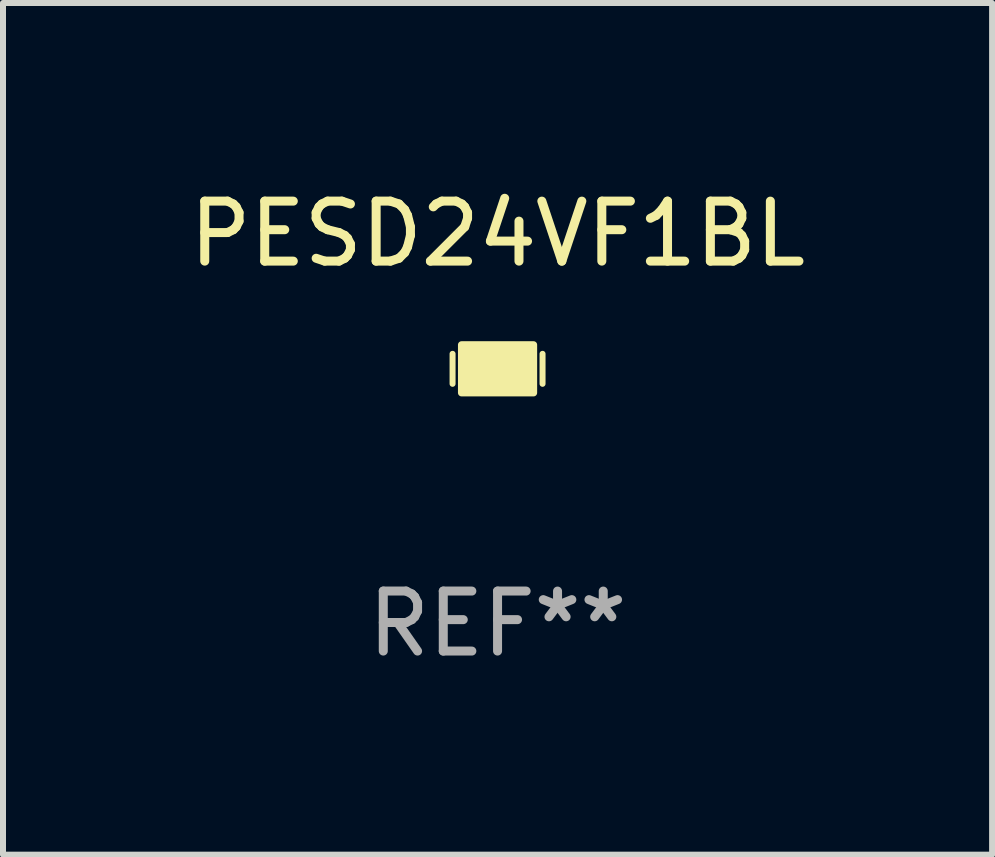
<source format=kicad_pcb>
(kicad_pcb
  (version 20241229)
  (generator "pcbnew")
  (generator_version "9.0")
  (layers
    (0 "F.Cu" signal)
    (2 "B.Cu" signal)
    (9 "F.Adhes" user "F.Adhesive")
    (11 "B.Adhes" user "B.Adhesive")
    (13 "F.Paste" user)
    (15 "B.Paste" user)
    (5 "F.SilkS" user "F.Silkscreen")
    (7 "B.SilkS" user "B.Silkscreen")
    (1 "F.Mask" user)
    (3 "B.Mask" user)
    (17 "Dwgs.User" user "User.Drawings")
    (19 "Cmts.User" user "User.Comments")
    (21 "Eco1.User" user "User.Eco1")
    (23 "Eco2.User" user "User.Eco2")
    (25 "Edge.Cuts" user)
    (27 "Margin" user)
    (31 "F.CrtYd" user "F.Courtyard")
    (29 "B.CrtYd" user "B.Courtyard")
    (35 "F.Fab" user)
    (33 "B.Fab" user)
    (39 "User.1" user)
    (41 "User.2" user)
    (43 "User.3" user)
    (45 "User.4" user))
  (footprint "PESD24VF1BL"
    (layer "F.Cu")
    (at 5.244 3.098)
    (property "Reference" "PESD24VF1BL" (at 0 -2.25 0) (layer "F.SilkS") (effects (font (size 1 1) (thickness 0.15))))
    (attr through_hole)
    (fp_line (start -0.75 0.25) (end -0.75 -0.25) (stroke (width 0.1) (type solid)) (layer "F.SilkS"))
    (fp_line (start 0.75 -0.25) (end 0.75 0.25) (stroke (width 0.1) (type solid)) (layer "F.SilkS"))
    (fp_circle (center -0.5 0.3) (end -0.47 0.3) (stroke (width 0.06) (type solid)) (fill no) (layer "F.SilkS"))
    (fp_poly (pts (xy -0.6 -0.4) (xy 0.6 -0.4) (xy 0.6 0.4) (xy -0.6 0.4)) (stroke (width 0.12) (type solid)) (fill yes) (layer "F.SilkS"))
    (fp_text user "REF**" (at 0 4.25 0) (layer "F.Fab") (effects (font (size 1 1) (thickness 0.15))))
    (pad "1" smd rect (at -0.325 -0.000013) (size 0.3 0.6) (layers "F.Cu" "F.Mask" "F.Paste"))
    (pad "2" smd rect (at 0.325 -0.000013) (size 0.3 0.6) (layers "F.Cu" "F.Mask" "F.Paste")))
  (gr_rect
    (start -3 -3)
    (end 13.488 11.197)
    (stroke (width 0.1) (type default))
    (fill no)
    (layer "Edge.Cuts")))
</source>
